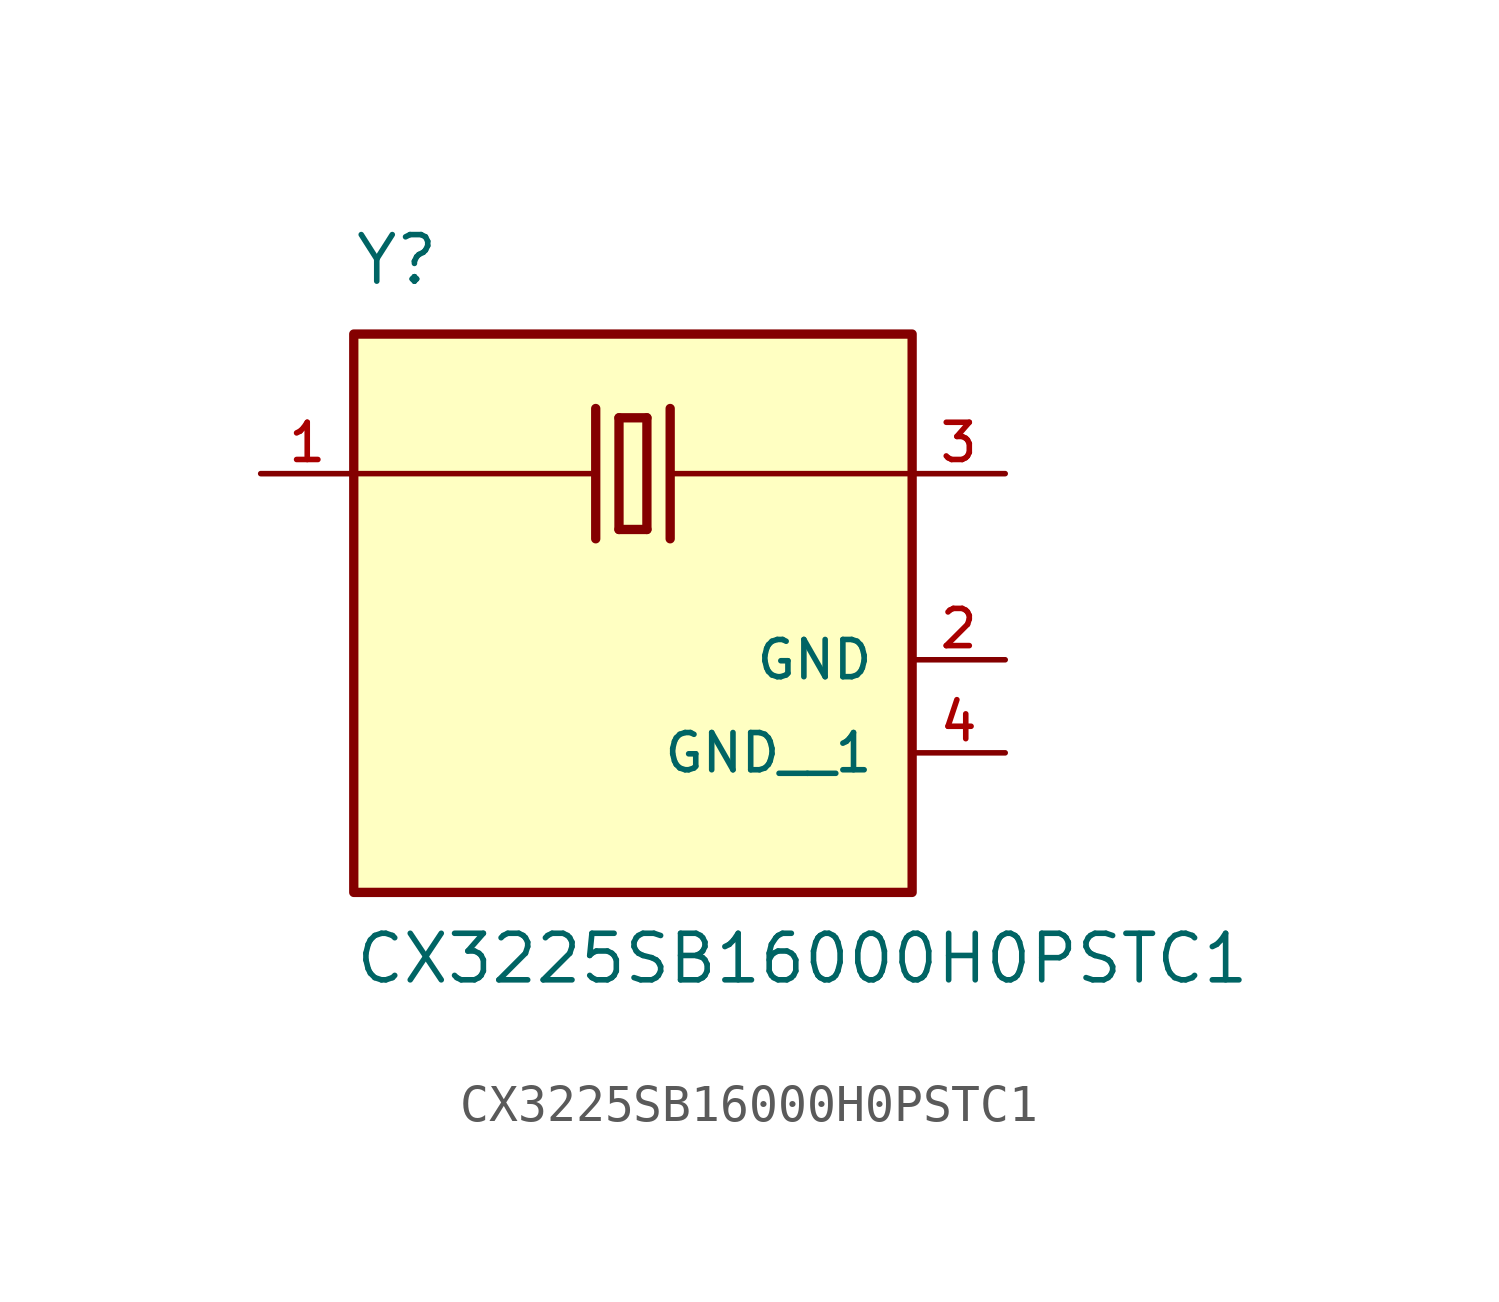
<source format=kicad_sym>
(kicad_symbol_lib
  (version 20211014)
  (generator kicad_symbol_editor)
  (symbol "CX3225SB16000H0PSTC1"
    (pin_names
      (offset 1.016))
    (property "Reference" "Y"
      (at -7.637 7.631 0)
      (effects (font (size 1.27 1.27)) (justify bottom left)))
    (property "Value" "CX3225SB16000H0PSTC1"
      (at -7.63 -11.439 0)
      (effects (font (size 1.27 1.27)) (justify bottom left)))
    (symbol "CX3225SB16000H0PSTC1_0_0"
      (polyline (pts (xy -0.381 4.064) (xy -0.381 1.016)) (stroke (width 0.254)))
      (polyline (pts (xy -0.381 1.016) (xy 0.381 1.016)) (stroke (width 0.254)))
      (polyline (pts (xy 0.381 1.016) (xy 0.381 4.064)) (stroke (width 0.254)))
      (polyline (pts (xy 0.381 4.064) (xy -0.381 4.064)) (stroke (width 0.254)))
      (polyline (pts (xy 1.016 4.318) (xy 1.016 0.762)) (stroke (width 0.254)))
      (polyline (pts (xy -1.016 4.318) (xy -1.016 0.762)) (stroke (width 0.254)))
      (polyline (pts (xy -1.016 2.54) (xy -7.62 2.54)) (stroke (width 0.152)))
      (polyline (pts (xy 1.016 2.54) (xy 7.62 2.54)) (stroke (width 0.152)))
      (rectangle (start -7.62 -8.89) (end 7.62 6.35) (stroke (width 0.254)) (fill (type background)))
      (pin passive line (at -10.16 2.54 0) (length 2.54) (name "~" (effects (font (size 1.016 1.016)))) (number "1" (effects (font (size 1.016 1.016)))))
      (pin power_in line (at 10.16 -2.54 180.0) (length 2.54) (name "GND" (effects (font (size 1.016 1.016)))) (number "2" (effects (font (size 1.016 1.016)))))
      (pin passive line (at 10.16 2.54 180.0) (length 2.54) (name "~" (effects (font (size 1.016 1.016)))) (number "3" (effects (font (size 1.016 1.016)))))
      (pin power_in line (at 10.16 -5.08 180.0) (length 2.54) (name "GND__1" (effects (font (size 1.016 1.016)))) (number "4" (effects (font (size 1.016 1.016))))))))
</source>
